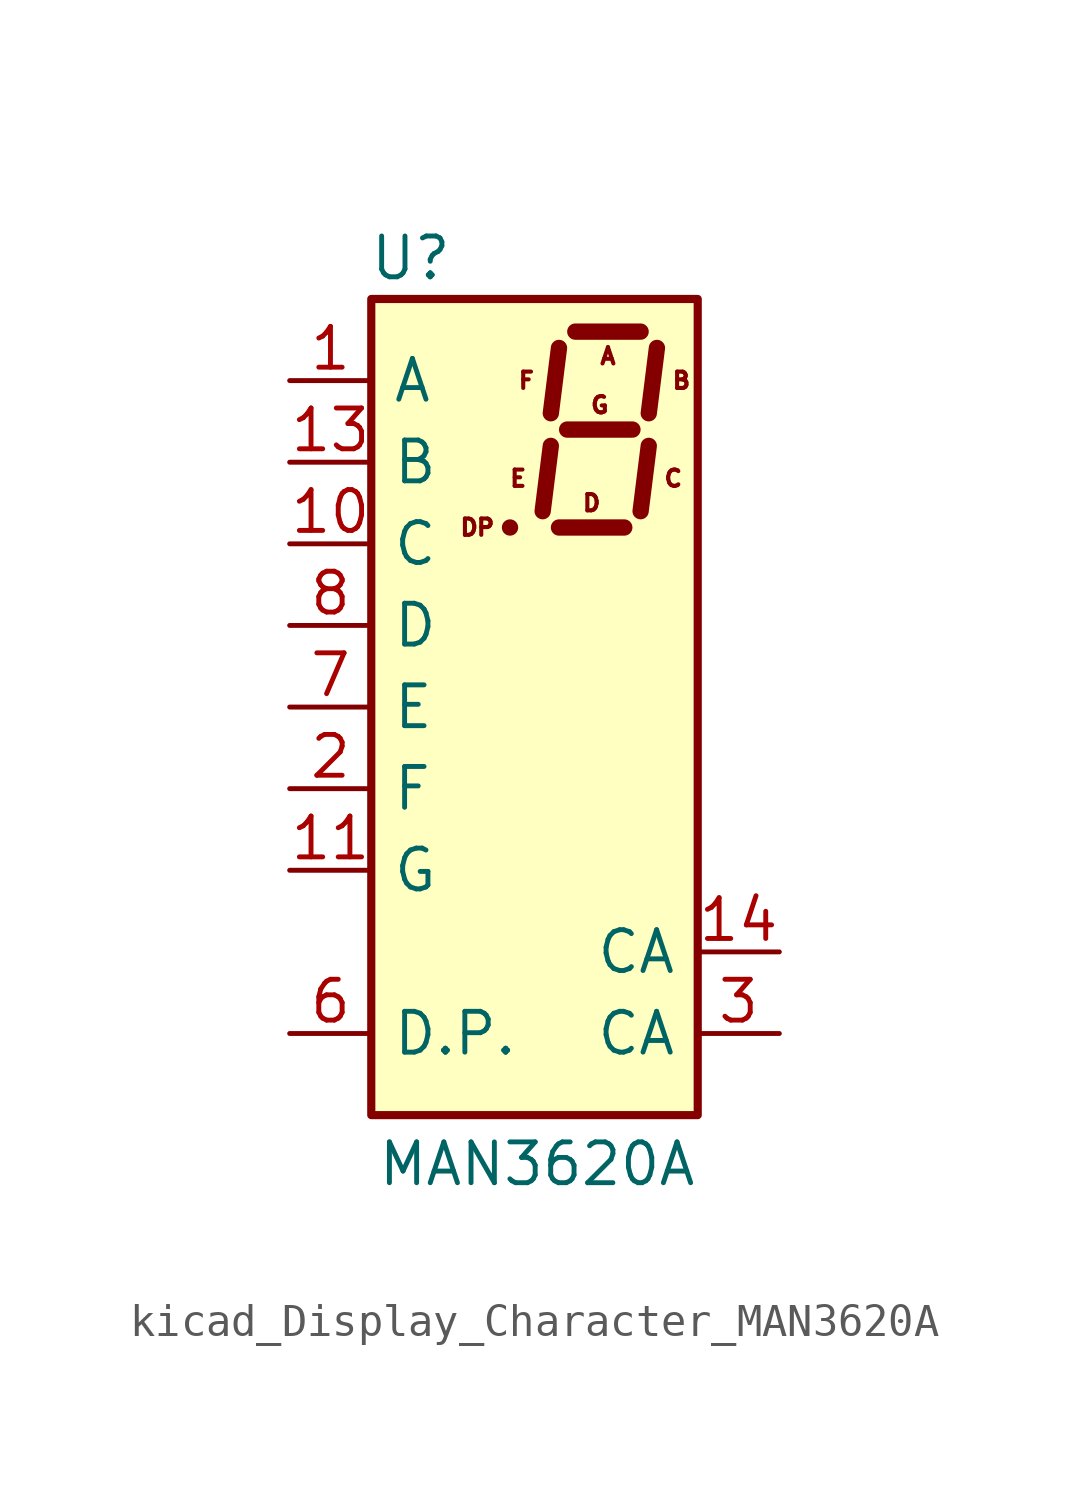
<source format=kicad_sym>
(kicad_symbol_lib
  (version 20220914)
  (generator kicad_symbol_editor)
  (symbol "kicad_Display_Character_MAN3620A"
    (pin_names
      (offset 0.635))
    (property "Reference" "U"
      (at -2.54 13.97 0)
      (effects (font (size 1.27 1.27)) (justify right)))
    (property "Value" "MAN3620A"
      (at 5.08 -14.224 0)
      (effects (font (size 1.27 1.27)) (justify right)))
    (symbol "kicad_Display_Character_MAN3620A_0_0"
      (text "A" (at 2.286 10.922 0) (effects (font (size 0.508 0.508))))
      (text "B" (at 4.572 10.16 0) (effects (font (size 0.508 0.508))))
      (text "C" (at 4.318 7.112 0) (effects (font (size 0.508 0.508))))
      (text "D" (at 1.778 6.35 0) (effects (font (size 0.508 0.508))))
      (text "DP" (at -1.778 5.588 0) (effects (font (size 0.508 0.508))))
      (text "E" (at -0.508 7.112 0) (effects (font (size 0.508 0.508))))
      (text "F" (at -0.254 10.16 0) (effects (font (size 0.508 0.508))))
      (text "G" (at 2.032 9.398 0) (effects (font (size 0.508 0.508)))))
    (symbol "kicad_Display_Character_MAN3620A_0_1"
      (rectangle (start -5.08 12.7) (end 5.08 -12.7) (stroke (width 0.254) (type default)) (fill (type background)))
      (polyline (pts (xy -0.762 5.588) (xy -0.762 5.588)) (stroke (width 0.508) (type default)) (fill (type none)))
      (polyline (pts (xy 0.508 8.128) (xy 0.254 6.096)) (stroke (width 0.508) (type default)) (fill (type none)))
      (polyline (pts (xy 0.762 5.588) (xy 2.794 5.588)) (stroke (width 0.508) (type default)) (fill (type none)))
      (polyline (pts (xy 0.762 11.176) (xy 0.508 9.144)) (stroke (width 0.508) (type default)) (fill (type none)))
      (polyline (pts (xy 1.016 8.636) (xy 3.048 8.636)) (stroke (width 0.508) (type default)) (fill (type none)))
      (polyline (pts (xy 1.27 11.684) (xy 3.302 11.684)) (stroke (width 0.508) (type default)) (fill (type none)))
      (polyline (pts (xy 3.556 8.128) (xy 3.302 6.096)) (stroke (width 0.508) (type default)) (fill (type none)))
      (polyline (pts (xy 3.81 11.176) (xy 3.556 9.144)) (stroke (width 0.508) (type default)) (fill (type none))))
    (symbol "kicad_Display_Character_MAN3620A_1_1"
      (pin input line (at -7.62 10.16 0) (length 2.54) (name "A" (effects (font (size 1.27 1.27)))) (number "1" (effects (font (size 1.27 1.27)))))
      (pin input line (at -7.62 5.08 0) (length 2.54) (name "C" (effects (font (size 1.27 1.27)))) (number "10" (effects (font (size 1.27 1.27)))))
      (pin input line (at -7.62 -5.08 0) (length 2.54) (name "G" (effects (font (size 1.27 1.27)))) (number "11" (effects (font (size 1.27 1.27)))))
      (pin no_connect line (at 5.08 -5.08 180) (length 2.54) hide (name "NC" (effects (font (size 1.27 1.27)))) (number "12" (effects (font (size 1.27 1.27)))))
      (pin input line (at -7.62 7.62 0) (length 2.54) (name "B" (effects (font (size 1.27 1.27)))) (number "13" (effects (font (size 1.27 1.27)))))
      (pin input line (at 7.62 -7.62 180) (length 2.54) (name "CA" (effects (font (size 1.27 1.27)))) (number "14" (effects (font (size 1.27 1.27)))))
      (pin input line (at -7.62 -2.54 0) (length 2.54) (name "F" (effects (font (size 1.27 1.27)))) (number "2" (effects (font (size 1.27 1.27)))))
      (pin input line (at 7.62 -10.16 180) (length 2.54) (name "CA" (effects (font (size 1.27 1.27)))) (number "3" (effects (font (size 1.27 1.27)))))
      (pin no_connect line (at 5.08 2.54 180) (length 2.54) hide (name "NC" (effects (font (size 1.27 1.27)))) (number "4" (effects (font (size 1.27 1.27)))))
      (pin no_connect line (at 5.08 0 180) (length 2.54) hide (name "NC" (effects (font (size 1.27 1.27)))) (number "5" (effects (font (size 1.27 1.27)))))
      (pin input line (at -7.62 -10.16 0) (length 2.54) (name "D.P." (effects (font (size 1.27 1.27)))) (number "6" (effects (font (size 1.27 1.27)))))
      (pin input line (at -7.62 0 0) (length 2.54) (name "E" (effects (font (size 1.27 1.27)))) (number "7" (effects (font (size 1.27 1.27)))))
      (pin input line (at -7.62 2.54 0) (length 2.54) (name "D" (effects (font (size 1.27 1.27)))) (number "8" (effects (font (size 1.27 1.27)))))
      (pin no_connect line (at 5.08 -2.54 180) (length 2.54) hide (name "NC" (effects (font (size 1.27 1.27)))) (number "9" (effects (font (size 1.27 1.27))))))))
</source>
